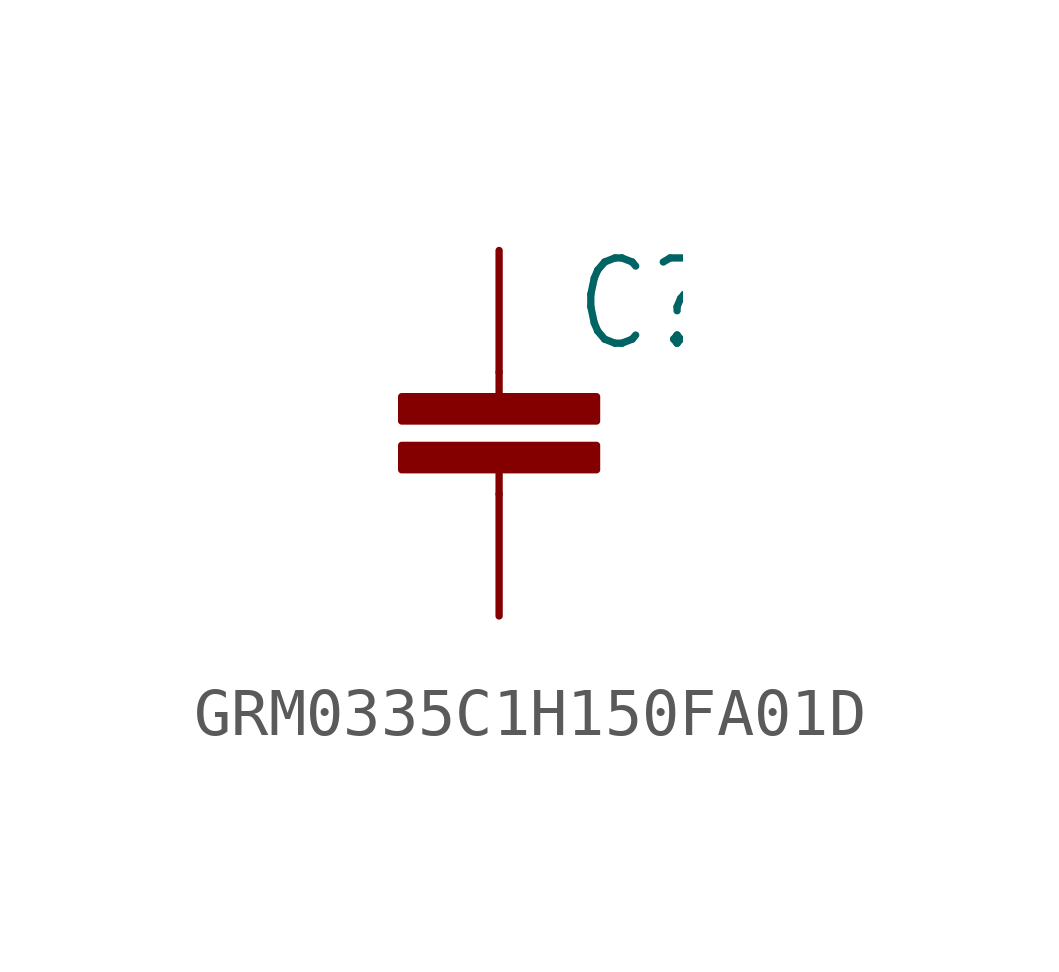
<source format=kicad_sym>
(kicad_symbol_lib
  (version 20220914)
  (generator kicad_symbol_editor)
  (symbol "GRM0335C1H150FA01D"
    (property "Reference" "C"
      (at 1.524 0.381 0)
      (effects (font (size 1.778 1.511)) (justify left bottom)))
    (property "Value" ""
      (at 1.524 -4.699 0)
      (effects (font (size 1.778 1.511)) (justify left bottom)))
    (property "ki_locked" ""
      (at 0 0 0)
      (effects (font (size 1.27 1.27))))
    (symbol "GRM0335C1H150FA01D_1_0"
      (rectangle (start -2.032 -2.032) (end 2.032 -1.524) (stroke (width 0) (type default)) (fill (type outline)))
      (rectangle (start -2.032 -1.016) (end 2.032 -0.508) (stroke (width 0) (type default)) (fill (type outline)))
      (polyline (pts (xy 0 -2.54) (xy 0 -2.032)) (stroke (width 0.152) (type solid)) (fill (type none)))
      (polyline (pts (xy 0 0) (xy 0 -0.508)) (stroke (width 0.152) (type solid)) (fill (type none)))
      (pin passive line (at 0 2.54 270) (length 2.54) (name "1" (effects (font (size 0 0)))) (number "1" (effects (font (size 0 0)))))
      (pin passive line (at 0 -5.08 90) (length 2.54) (name "2" (effects (font (size 0 0)))) (number "2" (effects (font (size 0 0))))))))
</source>
